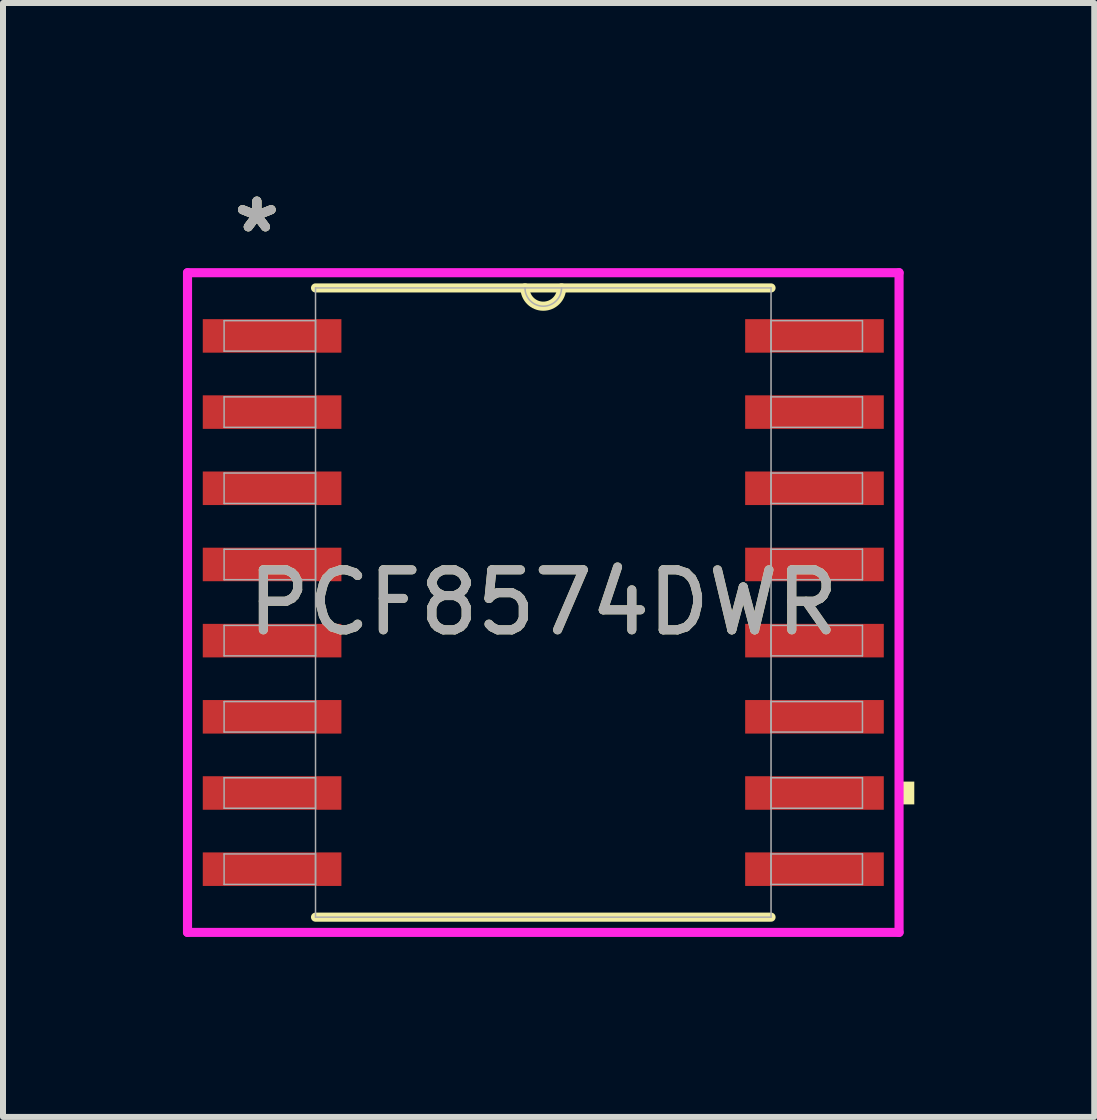
<source format=kicad_pcb>
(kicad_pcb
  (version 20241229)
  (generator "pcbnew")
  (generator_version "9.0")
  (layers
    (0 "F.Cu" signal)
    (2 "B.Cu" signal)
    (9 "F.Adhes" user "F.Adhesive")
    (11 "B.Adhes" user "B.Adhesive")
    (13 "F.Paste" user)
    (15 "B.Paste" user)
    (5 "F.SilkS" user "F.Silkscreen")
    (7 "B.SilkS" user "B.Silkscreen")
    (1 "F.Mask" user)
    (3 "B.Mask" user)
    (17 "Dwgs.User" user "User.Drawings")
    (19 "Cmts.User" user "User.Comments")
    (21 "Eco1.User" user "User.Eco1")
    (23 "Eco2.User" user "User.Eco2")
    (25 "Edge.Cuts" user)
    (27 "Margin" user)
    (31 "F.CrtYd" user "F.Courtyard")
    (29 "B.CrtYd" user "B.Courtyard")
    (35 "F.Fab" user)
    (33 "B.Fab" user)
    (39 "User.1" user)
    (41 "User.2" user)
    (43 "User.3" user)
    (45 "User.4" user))
  (footprint "PCF8574DWR"
    (layer "F.Cu")
    (at 6.007 6.995)
    (property "Reference" "PCF8574DWR" (at 0 0 0) (unlocked yes) (layer "F.SilkS") (effects (font (size 1 1) (thickness 0.15))))
    (attr smd)
    (fp_line (start -3.797 5.245) (end 3.797 5.245) (stroke (width 0.152) (type solid)) (layer "F.SilkS"))
    (fp_line (start 3.797 -5.245) (end -3.797 -5.245) (stroke (width 0.152) (type solid)) (layer "F.SilkS"))
    (fp_arc (start 0.3048 -5.2451) (mid 0 -4.9403) (end -0.3048 -5.2451) (stroke (width 0.1524) (type solid)) (layer "F.SilkS"))
    (fp_poly (pts (xy 6.185 2.985) (xy 6.185 3.365) (xy 5.931 3.365) (xy 5.931 2.985)) (stroke (width 0) (type solid)) (fill yes) (layer "F.SilkS"))
    (fp_line (start -5.931 -5.499) (end 5.931 -5.499) (stroke (width 0.152) (type solid)) (layer "F.CrtYd"))
    (fp_line (start -5.931 5.499) (end -5.931 -5.499) (stroke (width 0.152) (type solid)) (layer "F.CrtYd"))
    (fp_line (start 5.931 -5.499) (end 5.931 5.499) (stroke (width 0.152) (type solid)) (layer "F.CrtYd"))
    (fp_line (start 5.931 5.499) (end -5.931 5.499) (stroke (width 0.152) (type solid)) (layer "F.CrtYd"))
    (fp_line (start -5.321 -4.699) (end -5.321 -4.191) (stroke (width 0.025) (type solid)) (layer "F.Fab"))
    (fp_line (start -5.321 -4.191) (end -3.797 -4.191) (stroke (width 0.025) (type solid)) (layer "F.Fab"))
    (fp_line (start -5.321 -3.429) (end -5.321 -2.921) (stroke (width 0.025) (type solid)) (layer "F.Fab"))
    (fp_line (start -5.321 -2.921) (end -3.797 -2.921) (stroke (width 0.025) (type solid)) (layer "F.Fab"))
    (fp_line (start -5.321 -2.159) (end -5.321 -1.651) (stroke (width 0.025) (type solid)) (layer "F.Fab"))
    (fp_line (start -5.321 -1.651) (end -3.797 -1.651) (stroke (width 0.025) (type solid)) (layer "F.Fab"))
    (fp_line (start -5.321 -0.889) (end -5.321 -0.381) (stroke (width 0.025) (type solid)) (layer "F.Fab"))
    (fp_line (start -5.321 -0.381) (end -3.797 -0.381) (stroke (width 0.025) (type solid)) (layer "F.Fab"))
    (fp_line (start -5.321 0.381) (end -5.321 0.889) (stroke (width 0.025) (type solid)) (layer "F.Fab"))
    (fp_line (start -5.321 0.889) (end -3.797 0.889) (stroke (width 0.025) (type solid)) (layer "F.Fab"))
    (fp_line (start -5.321 1.651) (end -5.321 2.159) (stroke (width 0.025) (type solid)) (layer "F.Fab"))
    (fp_line (start -5.321 2.159) (end -3.797 2.159) (stroke (width 0.025) (type solid)) (layer "F.Fab"))
    (fp_line (start -5.321 2.921) (end -5.321 3.429) (stroke (width 0.025) (type solid)) (layer "F.Fab"))
    (fp_line (start -5.321 3.429) (end -3.797 3.429) (stroke (width 0.025) (type solid)) (layer "F.Fab"))
    (fp_line (start -5.321 4.191) (end -5.321 4.699) (stroke (width 0.025) (type solid)) (layer "F.Fab"))
    (fp_line (start -5.321 4.699) (end -3.797 4.699) (stroke (width 0.025) (type solid)) (layer "F.Fab"))
    (fp_line (start -3.797 -5.245) (end -3.797 5.245) (stroke (width 0.025) (type solid)) (layer "F.Fab"))
    (fp_line (start -3.797 -4.699) (end -5.321 -4.699) (stroke (width 0.025) (type solid)) (layer "F.Fab"))
    (fp_line (start -3.797 -4.191) (end -3.797 -4.699) (stroke (width 0.025) (type solid)) (layer "F.Fab"))
    (fp_line (start -3.797 -3.429) (end -5.321 -3.429) (stroke (width 0.025) (type solid)) (layer "F.Fab"))
    (fp_line (start -3.797 -2.921) (end -3.797 -3.429) (stroke (width 0.025) (type solid)) (layer "F.Fab"))
    (fp_line (start -3.797 -2.159) (end -5.321 -2.159) (stroke (width 0.025) (type solid)) (layer "F.Fab"))
    (fp_line (start -3.797 -1.651) (end -3.797 -2.159) (stroke (width 0.025) (type solid)) (layer "F.Fab"))
    (fp_line (start -3.797 -0.889) (end -5.321 -0.889) (stroke (width 0.025) (type solid)) (layer "F.Fab"))
    (fp_line (start -3.797 -0.381) (end -3.797 -0.889) (stroke (width 0.025) (type solid)) (layer "F.Fab"))
    (fp_line (start -3.797 0.381) (end -5.321 0.381) (stroke (width 0.025) (type solid)) (layer "F.Fab"))
    (fp_line (start -3.797 0.889) (end -3.797 0.381) (stroke (width 0.025) (type solid)) (layer "F.Fab"))
    (fp_line (start -3.797 1.651) (end -5.321 1.651) (stroke (width 0.025) (type solid)) (layer "F.Fab"))
    (fp_line (start -3.797 2.159) (end -3.797 1.651) (stroke (width 0.025) (type solid)) (layer "F.Fab"))
    (fp_line (start -3.797 2.921) (end -5.321 2.921) (stroke (width 0.025) (type solid)) (layer "F.Fab"))
    (fp_line (start -3.797 3.429) (end -3.797 2.921) (stroke (width 0.025) (type solid)) (layer "F.Fab"))
    (fp_line (start -3.797 4.191) (end -5.321 4.191) (stroke (width 0.025) (type solid)) (layer "F.Fab"))
    (fp_line (start -3.797 4.699) (end -3.797 4.191) (stroke (width 0.025) (type solid)) (layer "F.Fab"))
    (fp_line (start -3.797 5.245) (end 3.797 5.245) (stroke (width 0.025) (type solid)) (layer "F.Fab"))
    (fp_line (start 3.797 -5.245) (end -3.797 -5.245) (stroke (width 0.025) (type solid)) (layer "F.Fab"))
    (fp_line (start 3.797 -4.699) (end 3.797 -4.191) (stroke (width 0.025) (type solid)) (layer "F.Fab"))
    (fp_line (start 3.797 -4.191) (end 5.321 -4.191) (stroke (width 0.025) (type solid)) (layer "F.Fab"))
    (fp_line (start 3.797 -3.429) (end 3.797 -2.921) (stroke (width 0.025) (type solid)) (layer "F.Fab"))
    (fp_line (start 3.797 -2.921) (end 5.321 -2.921) (stroke (width 0.025) (type solid)) (layer "F.Fab"))
    (fp_line (start 3.797 -2.159) (end 3.797 -1.651) (stroke (width 0.025) (type solid)) (layer "F.Fab"))
    (fp_line (start 3.797 -1.651) (end 5.321 -1.651) (stroke (width 0.025) (type solid)) (layer "F.Fab"))
    (fp_line (start 3.797 -0.889) (end 3.797 -0.381) (stroke (width 0.025) (type solid)) (layer "F.Fab"))
    (fp_line (start 3.797 -0.381) (end 5.321 -0.381) (stroke (width 0.025) (type solid)) (layer "F.Fab"))
    (fp_line (start 3.797 0.381) (end 3.797 0.889) (stroke (width 0.025) (type solid)) (layer "F.Fab"))
    (fp_line (start 3.797 0.889) (end 5.321 0.889) (stroke (width 0.025) (type solid)) (layer "F.Fab"))
    (fp_line (start 3.797 1.651) (end 3.797 2.159) (stroke (width 0.025) (type solid)) (layer "F.Fab"))
    (fp_line (start 3.797 2.159) (end 5.321 2.159) (stroke (width 0.025) (type solid)) (layer "F.Fab"))
    (fp_line (start 3.797 2.921) (end 3.797 3.429) (stroke (width 0.025) (type solid)) (layer "F.Fab"))
    (fp_line (start 3.797 3.429) (end 5.321 3.429) (stroke (width 0.025) (type solid)) (layer "F.Fab"))
    (fp_line (start 3.797 4.191) (end 3.797 4.699) (stroke (width 0.025) (type solid)) (layer "F.Fab"))
    (fp_line (start 3.797 4.699) (end 5.321 4.699) (stroke (width 0.025) (type solid)) (layer "F.Fab"))
    (fp_line (start 3.797 5.245) (end 3.797 -5.245) (stroke (width 0.025) (type solid)) (layer "F.Fab"))
    (fp_line (start 5.321 -4.699) (end 3.797 -4.699) (stroke (width 0.025) (type solid)) (layer "F.Fab"))
    (fp_line (start 5.321 -4.191) (end 5.321 -4.699) (stroke (width 0.025) (type solid)) (layer "F.Fab"))
    (fp_line (start 5.321 -3.429) (end 3.797 -3.429) (stroke (width 0.025) (type solid)) (layer "F.Fab"))
    (fp_line (start 5.321 -2.921) (end 5.321 -3.429) (stroke (width 0.025) (type solid)) (layer "F.Fab"))
    (fp_line (start 5.321 -2.159) (end 3.797 -2.159) (stroke (width 0.025) (type solid)) (layer "F.Fab"))
    (fp_line (start 5.321 -1.651) (end 5.321 -2.159) (stroke (width 0.025) (type solid)) (layer "F.Fab"))
    (fp_line (start 5.321 -0.889) (end 3.797 -0.889) (stroke (width 0.025) (type solid)) (layer "F.Fab"))
    (fp_line (start 5.321 -0.381) (end 5.321 -0.889) (stroke (width 0.025) (type solid)) (layer "F.Fab"))
    (fp_line (start 5.321 0.381) (end 3.797 0.381) (stroke (width 0.025) (type solid)) (layer "F.Fab"))
    (fp_line (start 5.321 0.889) (end 5.321 0.381) (stroke (width 0.025) (type solid)) (layer "F.Fab"))
    (fp_line (start 5.321 1.651) (end 3.797 1.651) (stroke (width 0.025) (type solid)) (layer "F.Fab"))
    (fp_line (start 5.321 2.159) (end 5.321 1.651) (stroke (width 0.025) (type solid)) (layer "F.Fab"))
    (fp_line (start 5.321 2.921) (end 3.797 2.921) (stroke (width 0.025) (type solid)) (layer "F.Fab"))
    (fp_line (start 5.321 3.429) (end 5.321 2.921) (stroke (width 0.025) (type solid)) (layer "F.Fab"))
    (fp_line (start 5.321 4.191) (end 3.797 4.191) (stroke (width 0.025) (type solid)) (layer "F.Fab"))
    (fp_line (start 5.321 4.699) (end 5.321 4.191) (stroke (width 0.025) (type solid)) (layer "F.Fab"))
    (fp_arc (start 0.3048 -5.2451) (mid 0 -4.9403) (end -0.3048 -5.2451) (stroke (width 0.0254) (type solid)) (layer "F.Fab"))
    (fp_text user "*" (at -4.775 -6.147 0) (unlocked yes) (layer "F.SilkS") (effects (font (size 1 1) (thickness 0.15))))
    (fp_text user "*" (at -4.775 -6.147 0) (layer "F.SilkS") (effects (font (size 1 1) (thickness 0.15))))
    (fp_text user "*" (at -4.775 -6.147 0) (unlocked yes) (layer "F.Fab") (effects (font (size 1 1) (thickness 0.15))))
    (fp_text user "${REFERENCE}" (at 0 0 0) (unlocked yes) (layer "F.Fab") (effects (font (size 1 1) (thickness 0.15))))
    (fp_text user "*" (at -4.775 -6.147 0) (layer "F.Fab") (effects (font (size 1 1) (thickness 0.15))))
    (pad "1" smd rect (at -4.521 -4.445) (size 2.311 0.559) (layers "F.Cu" "F.Mask" "F.Paste"))
    (pad "2" smd rect (at -4.521 -3.175) (size 2.311 0.559) (layers "F.Cu" "F.Mask" "F.Paste"))
    (pad "3" smd rect (at -4.521 -1.905) (size 2.311 0.559) (layers "F.Cu" "F.Mask" "F.Paste"))
    (pad "4" smd rect (at -4.521 -0.635) (size 2.311 0.559) (layers "F.Cu" "F.Mask" "F.Paste"))
    (pad "5" smd rect (at -4.521 0.635) (size 2.311 0.559) (layers "F.Cu" "F.Mask" "F.Paste"))
    (pad "6" smd rect (at -4.521 1.905) (size 2.311 0.559) (layers "F.Cu" "F.Mask" "F.Paste"))
    (pad "7" smd rect (at -4.521 3.175) (size 2.311 0.559) (layers "F.Cu" "F.Mask" "F.Paste"))
    (pad "8" smd rect (at -4.521 4.445) (size 2.311 0.559) (layers "F.Cu" "F.Mask" "F.Paste"))
    (pad "9" smd rect (at 4.521 4.445) (size 2.311 0.559) (layers "F.Cu" "F.Mask" "F.Paste"))
    (pad "10" smd rect (at 4.521 3.175) (size 2.311 0.559) (layers "F.Cu" "F.Mask" "F.Paste"))
    (pad "11" smd rect (at 4.521 1.905) (size 2.311 0.559) (layers "F.Cu" "F.Mask" "F.Paste"))
    (pad "12" smd rect (at 4.521 0.635) (size 2.311 0.559) (layers "F.Cu" "F.Mask" "F.Paste"))
    (pad "13" smd rect (at 4.521 -0.635) (size 2.311 0.559) (layers "F.Cu" "F.Mask" "F.Paste"))
    (pad "14" smd rect (at 4.521 -1.905) (size 2.311 0.559) (layers "F.Cu" "F.Mask" "F.Paste"))
    (pad "15" smd rect (at 4.521 -3.175) (size 2.311 0.559) (layers "F.Cu" "F.Mask" "F.Paste"))
    (pad "16" smd rect (at 4.521 -4.445) (size 2.311 0.559) (layers "F.Cu" "F.Mask" "F.Paste")))
  (gr_rect
    (start -3 -3)
    (end 15.192 15.57)
    (stroke (width 0.1) (type default))
    (fill no)
    (layer "Edge.Cuts")))
</source>
